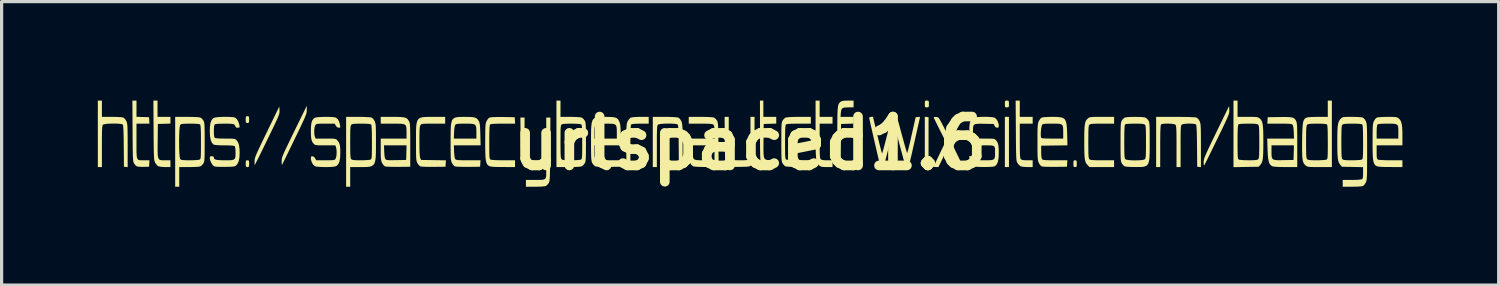
<source format=kicad_pcb>
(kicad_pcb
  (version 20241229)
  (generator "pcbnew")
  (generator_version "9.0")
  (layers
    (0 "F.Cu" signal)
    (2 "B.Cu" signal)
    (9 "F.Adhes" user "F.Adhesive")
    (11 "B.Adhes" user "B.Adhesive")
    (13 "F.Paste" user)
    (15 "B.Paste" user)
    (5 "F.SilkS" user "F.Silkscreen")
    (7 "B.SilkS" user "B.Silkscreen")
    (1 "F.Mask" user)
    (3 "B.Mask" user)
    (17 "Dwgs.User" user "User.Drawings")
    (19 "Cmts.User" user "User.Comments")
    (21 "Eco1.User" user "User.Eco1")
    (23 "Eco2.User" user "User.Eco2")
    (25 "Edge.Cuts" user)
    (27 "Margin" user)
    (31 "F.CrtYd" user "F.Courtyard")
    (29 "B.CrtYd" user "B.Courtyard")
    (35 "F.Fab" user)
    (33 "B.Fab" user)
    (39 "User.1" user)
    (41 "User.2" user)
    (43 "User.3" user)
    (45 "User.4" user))
  (footprint "urlspaced1.6"
    (layer "F.Cu")
    (at 20.324 1.418)
    (property "Reference" "urlspaced1.6" (at 0 0 0) (layer "F.SilkS") (effects (font (size 1.524 1.524) (thickness 0.3))))
    (attr board_only exclude_from_pos_files exclude_from_bom)
    (fp_poly (pts (xy 5.573 -0.814) (xy 5.573 0.73) (xy 5.456 0.743) (xy 5.456 -0.828)) (stroke (width 0) (type solid)) (fill yes) (layer "F.SilkS"))
    (fp_poly (pts (xy 8.079 0.74) (xy 7.952 0.74) (xy 7.952 -0.825) (xy 8.079 -0.825)) (stroke (width 0) (type solid)) (fill yes) (layer "F.SilkS"))
    (fp_poly (pts (xy -15.629 -0.843) (xy -15.614 -0.825) (xy -15.608 -0.783) (xy -15.608 -0.74) (xy -15.61 -0.677) (xy -15.618 -0.646) (xy -15.64 -0.635) (xy -15.661 -0.634) (xy -15.692 -0.638) (xy -15.708 -0.655) (xy -15.713 -0.698) (xy -15.714 -0.74) (xy -15.712 -0.803) (xy -15.703 -0.834) (xy -15.682 -0.845) (xy -15.661 -0.846)) (stroke (width 0) (type solid)) (fill yes) (layer "F.SilkS"))
    (fp_poly (pts (xy -15.629 0.532) (xy -15.614 0.55) (xy -15.608 0.592) (xy -15.608 0.634) (xy -15.61 0.697) (xy -15.618 0.729) (xy -15.64 0.739) (xy -15.661 0.74) (xy -15.692 0.737) (xy -15.708 0.719) (xy -15.713 0.677) (xy -15.714 0.634) (xy -15.712 0.572) (xy -15.703 0.54) (xy -15.682 0.53) (xy -15.661 0.529)) (stroke (width 0) (type solid)) (fill yes) (layer "F.SilkS"))
    (fp_poly (pts (xy 3.485 0.531) (xy 3.504 0.545) (xy 3.51 0.582) (xy 3.511 0.634) (xy 3.509 0.697) (xy 3.501 0.728) (xy 3.479 0.739) (xy 3.447 0.74) (xy 3.41 0.738) (xy 3.391 0.724) (xy 3.385 0.687) (xy 3.384 0.634) (xy 3.385 0.572) (xy 3.394 0.541) (xy 3.416 0.53) (xy 3.447 0.529)) (stroke (width 0) (type solid)) (fill yes) (layer "F.SilkS"))
    (fp_poly (pts (xy 5.557 -1.33) (xy 5.576 -1.316) (xy 5.583 -1.279) (xy 5.583 -1.227) (xy 5.582 -1.164) (xy 5.573 -1.133) (xy 5.551 -1.122) (xy 5.52 -1.121) (xy 5.482 -1.123) (xy 5.464 -1.137) (xy 5.457 -1.174) (xy 5.456 -1.227) (xy 5.458 -1.289) (xy 5.466 -1.32) (xy 5.489 -1.331) (xy 5.52 -1.332)) (stroke (width 0) (type solid)) (fill yes) (layer "F.SilkS"))
    (fp_poly (pts (xy 8.053 -1.33) (xy 8.072 -1.316) (xy 8.078 -1.279) (xy 8.079 -1.227) (xy 8.078 -1.164) (xy 8.069 -1.133) (xy 8.047 -1.122) (xy 8.015 -1.121) (xy 7.978 -1.123) (xy 7.959 -1.137) (xy 7.953 -1.174) (xy 7.952 -1.227) (xy 7.953 -1.289) (xy 7.962 -1.32) (xy 7.984 -1.331) (xy 8.015 -1.332)) (stroke (width 0) (type solid)) (fill yes) (layer "F.SilkS"))
    (fp_poly (pts (xy 10.172 0.532) (xy 10.188 0.55) (xy 10.193 0.592) (xy 10.194 0.634) (xy 10.192 0.697) (xy 10.183 0.729) (xy 10.162 0.739) (xy 10.141 0.74) (xy 10.11 0.737) (xy 10.094 0.719) (xy 10.089 0.677) (xy 10.088 0.634) (xy 10.09 0.572) (xy 10.099 0.54) (xy 10.12 0.53) (xy 10.141 0.529)) (stroke (width 0) (type solid)) (fill yes) (layer "F.SilkS"))
    (fp_poly (pts (xy -14.661 -1.029) (xy -14.659 -0.996) (xy -14.661 -0.964) (xy -14.667 -0.929) (xy -14.68 -0.886) (xy -14.701 -0.831) (xy -14.731 -0.76) (xy -14.774 -0.667) (xy -14.829 -0.549) (xy -14.901 -0.401) (xy -14.969 -0.259) (xy -15.048 -0.098) (xy -15.124 0.058) (xy -15.194 0.202) (xy -15.256 0.33) (xy -15.308 0.434) (xy -15.346 0.51) (xy -15.361 0.539) (xy -15.437 0.687) (xy -15.438 0.565) (xy -15.437 0.533) (xy -15.434 0.501) (xy -15.426 0.466) (xy -15.413 0.422) (xy -15.392 0.366) (xy -15.361 0.294) (xy -15.319 0.203) (xy -15.265 0.087) (xy -15.197 -0.056) (xy -15.112 -0.231) (xy -15.053 -0.353) (xy -14.667 -1.149)) (stroke (width 0) (type solid)) (fill yes) (layer "F.SilkS"))
    (fp_poly (pts (xy -3.151 -0.613) (xy -3.411 -0.613) (xy -3.545 -0.611) (xy -3.638 -0.604) (xy -3.688 -0.593) (xy -3.697 -0.588) (xy -3.705 -0.567) (xy -3.711 -0.521) (xy -3.716 -0.446) (xy -3.719 -0.339) (xy -3.721 -0.198) (xy -3.722 -0.018) (xy -3.722 0.089) (xy -3.722 0.74) (xy -3.849 0.74) (xy -3.849 0.07) (xy -3.849 -0.117) (xy -3.848 -0.267) (xy -3.847 -0.385) (xy -3.845 -0.475) (xy -3.841 -0.542) (xy -3.836 -0.592) (xy -3.829 -0.629) (xy -3.819 -0.659) (xy -3.808 -0.686) (xy -3.807 -0.688) (xy -3.769 -0.747) (xy -3.725 -0.792) (xy -3.71 -0.8) (xy -3.666 -0.811) (xy -3.589 -0.819) (xy -3.488 -0.824) (xy -3.404 -0.825) (xy -3.151 -0.825)) (stroke (width 0) (type solid)) (fill yes) (layer "F.SilkS"))
    (fp_poly (pts (xy 3.236 -1.121) (xy 3.069 -1.121) (xy 2.971 -1.118) (xy 2.907 -1.105) (xy 2.869 -1.076) (xy 2.849 -1.025) (xy 2.839 -0.944) (xy 2.838 -0.94) (xy 2.829 -0.825) (xy 3.236 -0.825) (xy 3.236 -0.615) (xy 3.04 -0.609) (xy 2.845 -0.603) (xy 2.839 0.069) (xy 2.833 0.74) (xy 2.728 0.74) (xy 2.728 -0.191) (xy 2.728 -0.427) (xy 2.729 -0.624) (xy 2.731 -0.786) (xy 2.733 -0.918) (xy 2.738 -1.022) (xy 2.744 -1.102) (xy 2.753 -1.163) (xy 2.764 -1.208) (xy 2.779 -1.241) (xy 2.797 -1.265) (xy 2.819 -1.285) (xy 2.836 -1.298) (xy 2.88 -1.318) (xy 2.949 -1.329) (xy 3.049 -1.332) (xy 3.061 -1.332) (xy 3.236 -1.332)) (stroke (width 0) (type solid)) (fill yes) (layer "F.SilkS"))
    (fp_poly (pts (xy -13.81 -1.042) (xy -13.811 -1.009) (xy -13.814 -0.976) (xy -13.821 -0.941) (xy -13.834 -0.897) (xy -13.855 -0.843) (xy -13.884 -0.773) (xy -13.925 -0.684) (xy -13.977 -0.571) (xy -14.044 -0.431) (xy -14.127 -0.26) (xy -14.193 -0.124) (xy -14.275 0.046) (xy -14.352 0.204) (xy -14.421 0.345) (xy -14.48 0.467) (xy -14.528 0.564) (xy -14.562 0.633) (xy -14.581 0.67) (xy -14.584 0.675) (xy -14.589 0.661) (xy -14.592 0.615) (xy -14.593 0.556) (xy -14.592 0.524) (xy -14.589 0.492) (xy -14.582 0.456) (xy -14.569 0.413) (xy -14.548 0.359) (xy -14.519 0.29) (xy -14.478 0.201) (xy -14.425 0.089) (xy -14.358 -0.049) (xy -14.276 -0.219) (xy -14.202 -0.371) (xy -13.81 -1.171)) (stroke (width 0) (type solid)) (fill yes) (layer "F.SilkS"))
    (fp_poly (pts (xy 14.948 -1.043) (xy 14.949 -1.012) (xy 14.948 -0.983) (xy 14.943 -0.95) (xy 14.932 -0.911) (xy 14.914 -0.861) (xy 14.887 -0.797) (xy 14.85 -0.713) (xy 14.801 -0.607) (xy 14.738 -0.475) (xy 14.659 -0.312) (xy 14.57 -0.128) (xy 14.487 0.043) (xy 14.409 0.202) (xy 14.339 0.345) (xy 14.278 0.469) (xy 14.228 0.568) (xy 14.192 0.64) (xy 14.171 0.68) (xy 14.167 0.686) (xy 14.157 0.679) (xy 14.15 0.638) (xy 14.149 0.589) (xy 14.15 0.558) (xy 14.154 0.526) (xy 14.163 0.489) (xy 14.178 0.442) (xy 14.202 0.382) (xy 14.235 0.306) (xy 14.279 0.209) (xy 14.336 0.087) (xy 14.408 -0.063) (xy 14.496 -0.245) (xy 14.545 -0.346) (xy 14.942 -1.163)) (stroke (width 0) (type solid)) (fill yes) (layer "F.SilkS"))
    (fp_poly (pts (xy -19.119 -0.826) (xy -18.923 -0.82) (xy -18.727 -0.814) (xy -18.715 -0.613) (xy -19.119 -0.613) (xy -19.119 -0.064) (xy -19.119 0.11) (xy -19.119 0.246) (xy -19.115 0.349) (xy -19.108 0.424) (xy -19.094 0.475) (xy -19.072 0.506) (xy -19.04 0.522) (xy -18.995 0.529) (xy -18.937 0.529) (xy -18.876 0.529) (xy -18.715 0.529) (xy -18.727 0.73) (xy -18.897 0.734) (xy -18.983 0.733) (xy -19.057 0.728) (xy -19.105 0.719) (xy -19.11 0.716) (xy -19.151 0.684) (xy -19.191 0.633) (xy -19.194 0.628) (xy -19.204 0.61) (xy -19.212 0.588) (xy -19.219 0.558) (xy -19.224 0.517) (xy -19.228 0.46) (xy -19.232 0.384) (xy -19.234 0.285) (xy -19.237 0.158) (xy -19.238 0.000335) (xy -19.24 -0.193) (xy -19.241 -0.386) (xy -19.247 -1.332) (xy -19.119 -1.332)) (stroke (width 0) (type solid)) (fill yes) (layer "F.SilkS"))
    (fp_poly (pts (xy -18.463 -0.825) (xy -18.061 -0.825) (xy -18.061 -0.615) (xy -18.257 -0.609) (xy -18.453 -0.603) (xy -18.458 -0.087) (xy -18.46 0.091) (xy -18.46 0.23) (xy -18.458 0.336) (xy -18.45 0.414) (xy -18.435 0.467) (xy -18.413 0.501) (xy -18.38 0.519) (xy -18.335 0.527) (xy -18.278 0.529) (xy -18.23 0.529) (xy -18.061 0.529) (xy -18.061 0.74) (xy -18.225 0.74) (xy -18.312 0.736) (xy -18.388 0.727) (xy -18.438 0.715) (xy -18.442 0.713) (xy -18.485 0.678) (xy -18.526 0.622) (xy -18.537 0.603) (xy -18.547 0.58) (xy -18.556 0.555) (xy -18.563 0.524) (xy -18.568 0.481) (xy -18.573 0.424) (xy -18.576 0.348) (xy -18.579 0.249) (xy -18.581 0.123) (xy -18.583 -0.034) (xy -18.585 -0.226) (xy -18.586 -0.407) (xy -18.592 -1.332) (xy -18.463 -1.332)) (stroke (width 0) (type solid)) (fill yes) (layer "F.SilkS"))
    (fp_poly (pts (xy 0.423 -0.825) (xy 0.825 -0.825) (xy 0.825 -0.615) (xy 0.629 -0.609) (xy 0.434 -0.603) (xy 0.428 -0.095) (xy 0.427 0.081) (xy 0.426 0.22) (xy 0.429 0.326) (xy 0.437 0.404) (xy 0.451 0.457) (xy 0.473 0.491) (xy 0.505 0.51) (xy 0.549 0.519) (xy 0.605 0.523) (xy 0.651 0.524) (xy 0.825 0.53) (xy 0.825 0.74) (xy 0.661 0.74) (xy 0.574 0.736) (xy 0.498 0.727) (xy 0.448 0.715) (xy 0.444 0.713) (xy 0.399 0.676) (xy 0.359 0.621) (xy 0.355 0.613) (xy 0.347 0.592) (xy 0.339 0.564) (xy 0.334 0.526) (xy 0.329 0.475) (xy 0.325 0.405) (xy 0.323 0.313) (xy 0.321 0.195) (xy 0.319 0.047) (xy 0.319 -0.134) (xy 0.318 -0.353) (xy 0.318 -0.397) (xy 0.317 -1.332) (xy 0.423 -1.332)) (stroke (width 0) (type solid)) (fill yes) (layer "F.SilkS"))
    (fp_poly (pts (xy 2.178 -0.825) (xy 2.58 -0.825) (xy 2.58 -0.613) (xy 2.178 -0.613) (xy 2.178 -0.076) (xy 2.179 0.093) (xy 2.18 0.224) (xy 2.182 0.322) (xy 2.186 0.393) (xy 2.191 0.442) (xy 2.198 0.473) (xy 2.208 0.491) (xy 2.212 0.495) (xy 2.244 0.514) (xy 2.3 0.525) (xy 2.389 0.529) (xy 2.413 0.529) (xy 2.58 0.529) (xy 2.58 0.74) (xy 2.402 0.74) (xy 2.311 0.739) (xy 2.251 0.733) (xy 2.209 0.72) (xy 2.174 0.698) (xy 2.161 0.688) (xy 2.136 0.664) (xy 2.115 0.638) (xy 2.098 0.605) (xy 2.084 0.561) (xy 2.073 0.502) (xy 2.065 0.425) (xy 2.059 0.326) (xy 2.055 0.201) (xy 2.053 0.047) (xy 2.052 -0.141) (xy 2.051 -0.367) (xy 2.051 -0.443) (xy 2.051 -1.332) (xy 2.178 -1.332)) (stroke (width 0) (type solid)) (fill yes) (layer "F.SilkS"))
    (fp_poly (pts (xy 8.417 -0.825) (xy 8.819 -0.825) (xy 8.819 -0.613) (xy 8.417 -0.613) (xy 8.417 -0.076) (xy 8.418 0.093) (xy 8.419 0.224) (xy 8.421 0.322) (xy 8.425 0.393) (xy 8.43 0.442) (xy 8.437 0.473) (xy 8.447 0.491) (xy 8.451 0.495) (xy 8.483 0.514) (xy 8.539 0.525) (xy 8.628 0.529) (xy 8.651 0.529) (xy 8.819 0.529) (xy 8.819 0.74) (xy 8.655 0.74) (xy 8.569 0.736) (xy 8.493 0.728) (xy 8.443 0.715) (xy 8.44 0.713) (xy 8.395 0.678) (xy 8.351 0.624) (xy 8.344 0.613) (xy 8.334 0.594) (xy 8.325 0.573) (xy 8.318 0.545) (xy 8.313 0.506) (xy 8.308 0.454) (xy 8.305 0.383) (xy 8.302 0.29) (xy 8.3 0.171) (xy 8.298 0.021) (xy 8.296 -0.162) (xy 8.295 -0.384) (xy 8.295 -0.397) (xy 8.288 -1.332) (xy 8.417 -1.332)) (stroke (width 0) (type solid)) (fill yes) (layer "F.SilkS"))
    (fp_poly (pts (xy -2.531 -0.824) (xy -2.418 -0.82) (xy -2.324 -0.815) (xy -2.258 -0.809) (xy -2.232 -0.804) (xy -2.181 -0.765) (xy -2.136 -0.694) (xy -2.136 -0.693) (xy -2.124 -0.665) (xy -2.115 -0.634) (xy -2.108 -0.594) (xy -2.103 -0.542) (xy -2.099 -0.471) (xy -2.097 -0.378) (xy -2.095 -0.256) (xy -2.094 -0.101) (xy -2.094 0.07) (xy -2.094 0.743) (xy -2.21 0.73) (xy -2.216 0.086) (xy -2.218 -0.129) (xy -2.222 -0.303) (xy -2.227 -0.435) (xy -2.233 -0.526) (xy -2.241 -0.576) (xy -2.245 -0.585) (xy -2.277 -0.599) (xy -2.342 -0.608) (xy -2.429 -0.614) (xy -2.528 -0.616) (xy -2.63 -0.614) (xy -2.725 -0.609) (xy -2.802 -0.6) (xy -2.853 -0.587) (xy -2.864 -0.58) (xy -2.874 -0.566) (xy -2.881 -0.542) (xy -2.887 -0.502) (xy -2.891 -0.444) (xy -2.894 -0.362) (xy -2.896 -0.252) (xy -2.897 -0.109) (xy -2.897 0.071) (xy -2.897 0.097) (xy -2.897 0.74) (xy -3.024 0.74) (xy -3.024 -0.825) (xy -2.656 -0.825)) (stroke (width 0) (type solid)) (fill yes) (layer "F.SilkS"))
    (fp_poly (pts (xy -20.197 -0.825) (xy -19.892 -0.825) (xy -19.778 -0.823) (xy -19.675 -0.819) (xy -19.593 -0.814) (xy -19.541 -0.806) (xy -19.532 -0.804) (xy -19.481 -0.765) (xy -19.436 -0.694) (xy -19.435 -0.693) (xy -19.424 -0.665) (xy -19.415 -0.634) (xy -19.408 -0.594) (xy -19.403 -0.542) (xy -19.399 -0.471) (xy -19.397 -0.378) (xy -19.395 -0.256) (xy -19.394 -0.101) (xy -19.394 0.07) (xy -19.394 0.743) (xy -19.452 0.736) (xy -19.51 0.73) (xy -19.516 0.086) (xy -19.518 -0.129) (xy -19.522 -0.303) (xy -19.527 -0.435) (xy -19.533 -0.526) (xy -19.541 -0.576) (xy -19.545 -0.585) (xy -19.577 -0.599) (xy -19.642 -0.608) (xy -19.729 -0.614) (xy -19.828 -0.616) (xy -19.93 -0.614) (xy -20.025 -0.609) (xy -20.102 -0.6) (xy -20.153 -0.587) (xy -20.164 -0.58) (xy -20.174 -0.566) (xy -20.181 -0.542) (xy -20.187 -0.502) (xy -20.191 -0.444) (xy -20.194 -0.362) (xy -20.196 -0.252) (xy -20.197 -0.109) (xy -20.197 0.071) (xy -20.197 0.097) (xy -20.197 0.74) (xy -20.324 0.74) (xy -20.324 -1.332) (xy -20.197 -1.332)) (stroke (width 0) (type solid)) (fill yes) (layer "F.SilkS"))
    (fp_poly (pts (xy -9.496 -0.613) (xy -9.865 -0.613) (xy -9.998 -0.613) (xy -10.095 -0.612) (xy -10.163 -0.609) (xy -10.208 -0.604) (xy -10.236 -0.595) (xy -10.253 -0.583) (xy -10.267 -0.566) (xy -10.278 -0.544) (xy -10.286 -0.51) (xy -10.292 -0.458) (xy -10.296 -0.384) (xy -10.298 -0.281) (xy -10.299 -0.144) (xy -10.299 -0.053) (xy -10.298 0.121) (xy -10.295 0.256) (xy -10.29 0.356) (xy -10.283 0.424) (xy -10.274 0.462) (xy -10.272 0.465) (xy -10.246 0.518) (xy -9.859 0.524) (xy -9.472 0.53) (xy -9.479 0.63) (xy -9.485 0.73) (xy -9.855 0.734) (xy -9.979 0.734) (xy -10.091 0.732) (xy -10.183 0.729) (xy -10.247 0.724) (xy -10.272 0.719) (xy -10.31 0.689) (xy -10.35 0.636) (xy -10.362 0.615) (xy -10.375 0.588) (xy -10.385 0.558) (xy -10.393 0.52) (xy -10.398 0.469) (xy -10.402 0.4) (xy -10.404 0.306) (xy -10.405 0.184) (xy -10.405 0.026) (xy -10.405 -0.047) (xy -10.405 -0.248) (xy -10.404 -0.412) (xy -10.398 -0.541) (xy -10.384 -0.64) (xy -10.36 -0.713) (xy -10.324 -0.764) (xy -10.271 -0.796) (xy -10.2 -0.814) (xy -10.108 -0.822) (xy -9.991 -0.825) (xy -9.861 -0.825) (xy -9.496 -0.825)) (stroke (width 0) (type solid)) (fill yes) (layer "F.SilkS"))
    (fp_poly (pts (xy -7.69 -0.82) (xy -7.328 -0.814) (xy -7.315 -0.613) (xy -7.693 -0.613) (xy -7.847 -0.612) (xy -7.962 -0.609) (xy -8.04 -0.603) (xy -8.085 -0.594) (xy -8.096 -0.588) (xy -8.105 -0.565) (xy -8.111 -0.515) (xy -8.116 -0.434) (xy -8.119 -0.318) (xy -8.121 -0.166) (xy -8.121 -0.039) (xy -8.121 0.124) (xy -8.12 0.249) (xy -8.119 0.342) (xy -8.116 0.408) (xy -8.111 0.453) (xy -8.104 0.48) (xy -8.095 0.496) (xy -8.082 0.506) (xy -8.08 0.507) (xy -8.045 0.515) (xy -7.974 0.521) (xy -7.874 0.526) (xy -7.753 0.528) (xy -7.678 0.529) (xy -7.318 0.529) (xy -7.318 0.74) (xy -7.693 0.739) (xy -7.842 0.738) (xy -7.954 0.735) (xy -8.034 0.729) (xy -8.089 0.721) (xy -8.123 0.709) (xy -8.124 0.708) (xy -8.159 0.686) (xy -8.186 0.656) (xy -8.207 0.615) (xy -8.223 0.558) (xy -8.235 0.481) (xy -8.242 0.377) (xy -8.246 0.244) (xy -8.248 0.076) (xy -8.248 -0.048) (xy -8.247 -0.218) (xy -8.246 -0.352) (xy -8.244 -0.454) (xy -8.241 -0.531) (xy -8.235 -0.588) (xy -8.228 -0.631) (xy -8.218 -0.665) (xy -8.206 -0.693) (xy -8.16 -0.766) (xy -8.109 -0.804) (xy -8.067 -0.812) (xy -7.991 -0.817) (xy -7.886 -0.82) (xy -7.761 -0.821)) (stroke (width 0) (type solid)) (fill yes) (layer "F.SilkS"))
    (fp_poly (pts (xy 11.357 -0.613) (xy 10.988 -0.613) (xy 10.851 -0.613) (xy 10.749 -0.611) (xy 10.678 -0.607) (xy 10.631 -0.6) (xy 10.601 -0.591) (xy 10.587 -0.58) (xy 10.576 -0.564) (xy 10.568 -0.537) (xy 10.562 -0.493) (xy 10.558 -0.429) (xy 10.555 -0.337) (xy 10.554 -0.214) (xy 10.553 -0.054) (xy 10.553 -0.042) (xy 10.554 0.12) (xy 10.555 0.246) (xy 10.557 0.339) (xy 10.561 0.406) (xy 10.567 0.45) (xy 10.575 0.478) (xy 10.586 0.495) (xy 10.587 0.495) (xy 10.605 0.508) (xy 10.637 0.517) (xy 10.688 0.523) (xy 10.764 0.527) (xy 10.871 0.528) (xy 10.988 0.529) (xy 11.357 0.529) (xy 11.357 0.74) (xy 10.592 0.74) (xy 10.533 0.68) (xy 10.502 0.645) (xy 10.477 0.605) (xy 10.459 0.555) (xy 10.445 0.49) (xy 10.436 0.404) (xy 10.43 0.293) (xy 10.428 0.15) (xy 10.427 -0.03) (xy 10.427 -0.05) (xy 10.427 -0.234) (xy 10.43 -0.381) (xy 10.435 -0.495) (xy 10.444 -0.583) (xy 10.458 -0.649) (xy 10.476 -0.698) (xy 10.5 -0.736) (xy 10.532 -0.768) (xy 10.538 -0.773) (xy 10.561 -0.792) (xy 10.585 -0.805) (xy 10.617 -0.814) (xy 10.663 -0.82) (xy 10.729 -0.823) (xy 10.824 -0.825) (xy 10.953 -0.825) (xy 10.978 -0.825) (xy 11.357 -0.825)) (stroke (width 0) (type solid)) (fill yes) (layer "F.SilkS"))
    (fp_poly (pts (xy 16.782 -0.819) (xy 16.866 -0.812) (xy 16.926 -0.8) (xy 16.968 -0.78) (xy 16.998 -0.751) (xy 17.023 -0.712) (xy 17.03 -0.698) (xy 17.041 -0.673) (xy 17.049 -0.643) (xy 17.055 -0.601) (xy 17.06 -0.544) (xy 17.063 -0.467) (xy 17.065 -0.365) (xy 17.067 -0.232) (xy 17.067 -0.065) (xy 17.067 0.058) (xy 17.067 0.74) (xy 16.702 0.74) (xy 16.538 0.738) (xy 16.415 0.733) (xy 16.331 0.725) (xy 16.285 0.714) (xy 16.285 0.713) (xy 16.239 0.682) (xy 16.204 0.637) (xy 16.179 0.571) (xy 16.16 0.479) (xy 16.148 0.357) (xy 16.143 0.249) (xy 16.264 0.249) (xy 16.264 0.35) (xy 16.27 0.423) (xy 16.288 0.473) (xy 16.322 0.504) (xy 16.379 0.52) (xy 16.464 0.526) (xy 16.584 0.525) (xy 16.641 0.524) (xy 16.951 0.518) (xy 16.957 0.291) (xy 16.963 0.063) (xy 16.264 0.063) (xy 16.264 0.249) (xy 16.143 0.249) (xy 16.141 0.198) (xy 16.141 0.186) (xy 16.131 -0.148) (xy 16.966 -0.148) (xy 16.958 -0.346) (xy 16.951 -0.459) (xy 16.938 -0.538) (xy 16.922 -0.578) (xy 16.906 -0.591) (xy 16.88 -0.6) (xy 16.836 -0.607) (xy 16.77 -0.611) (xy 16.674 -0.613) (xy 16.543 -0.613) (xy 16.514 -0.613) (xy 16.134 -0.613) (xy 16.147 -0.814) (xy 16.517 -0.819) (xy 16.668 -0.821)) (stroke (width 0) (type solid)) (fill yes) (layer "F.SilkS"))
    (fp_poly (pts (xy -1.394 -0.823) (xy -1.276 -0.82) (xy -1.185 -0.814) (xy -1.128 -0.806) (xy -1.115 -0.802) (xy -1.069 -0.768) (xy -1.027 -0.717) (xy -1.024 -0.712) (xy -1.013 -0.691) (xy -1.004 -0.665) (xy -0.997 -0.63) (xy -0.991 -0.582) (xy -0.987 -0.514) (xy -0.984 -0.424) (xy -0.981 -0.305) (xy -0.979 -0.154) (xy -0.977 0.034) (xy -0.977 0.048) (xy -0.971 0.74) (xy -1.347 0.739) (xy -1.472 0.737) (xy -1.584 0.734) (xy -1.677 0.728) (xy -1.741 0.722) (xy -1.768 0.716) (xy -1.808 0.684) (xy -1.849 0.633) (xy -1.852 0.628) (xy -1.868 0.597) (xy -1.879 0.559) (xy -1.887 0.506) (xy -1.893 0.431) (xy -1.897 0.328) (xy -1.899 0.263) (xy -1.777 0.263) (xy -1.776 0.358) (xy -1.771 0.428) (xy -1.755 0.475) (xy -1.723 0.505) (xy -1.668 0.521) (xy -1.586 0.527) (xy -1.47 0.529) (xy -1.405 0.529) (xy -1.1 0.529) (xy -1.1 0.063) (xy -1.777 0.063) (xy -1.777 0.263) (xy -1.899 0.263) (xy -1.9 0.206) (xy -1.907 -0.148) (xy -1.1 -0.148) (xy -1.1 -0.347) (xy -1.102 -0.45) (xy -1.108 -0.518) (xy -1.12 -0.561) (xy -1.133 -0.58) (xy -1.152 -0.592) (xy -1.184 -0.601) (xy -1.234 -0.607) (xy -1.31 -0.611) (xy -1.418 -0.613) (xy -1.535 -0.613) (xy -1.903 -0.613) (xy -1.903 -0.825) (xy -1.534 -0.825)) (stroke (width 0) (type solid)) (fill yes) (layer "F.SilkS"))
    (fp_poly (pts (xy 1.903 -0.613) (xy 1.527 -0.613) (xy 1.373 -0.612) (xy 1.258 -0.609) (xy 1.18 -0.603) (xy 1.136 -0.594) (xy 1.125 -0.588) (xy 1.116 -0.565) (xy 1.11 -0.515) (xy 1.105 -0.434) (xy 1.102 -0.318) (xy 1.1 -0.166) (xy 1.1 -0.039) (xy 1.1 0.124) (xy 1.101 0.249) (xy 1.102 0.342) (xy 1.105 0.408) (xy 1.11 0.453) (xy 1.117 0.48) (xy 1.126 0.496) (xy 1.139 0.506) (xy 1.141 0.507) (xy 1.176 0.515) (xy 1.247 0.521) (xy 1.347 0.526) (xy 1.468 0.528) (xy 1.542 0.529) (xy 1.903 0.529) (xy 1.903 0.74) (xy 1.528 0.739) (xy 1.403 0.737) (xy 1.291 0.734) (xy 1.199 0.728) (xy 1.135 0.722) (xy 1.109 0.716) (xy 1.068 0.684) (xy 1.028 0.633) (xy 1.024 0.628) (xy 1.012 0.605) (xy 1.003 0.579) (xy 0.996 0.543) (xy 0.991 0.493) (xy 0.987 0.423) (xy 0.985 0.329) (xy 0.984 0.205) (xy 0.983 0.046) (xy 0.983 -0.042) (xy 0.984 -0.219) (xy 0.984 -0.359) (xy 0.986 -0.467) (xy 0.989 -0.547) (xy 0.993 -0.606) (xy 0.999 -0.648) (xy 1.007 -0.678) (xy 1.018 -0.702) (xy 1.024 -0.712) (xy 1.065 -0.764) (xy 1.111 -0.8) (xy 1.115 -0.802) (xy 1.155 -0.81) (xy 1.232 -0.817) (xy 1.339 -0.822) (xy 1.47 -0.825) (xy 1.534 -0.825) (xy 1.903 -0.825)) (stroke (width 0) (type solid)) (fill yes) (layer "F.SilkS"))
    (fp_poly (pts (xy -11.14 -0.825) (xy -10.992 -0.824) (xy -10.88 -0.82) (xy -10.797 -0.812) (xy -10.737 -0.799) (xy -10.695 -0.778) (xy -10.663 -0.749) (xy -10.635 -0.708) (xy -10.629 -0.698) (xy -10.617 -0.676) (xy -10.607 -0.651) (xy -10.6 -0.619) (xy -10.594 -0.575) (xy -10.59 -0.514) (xy -10.588 -0.432) (xy -10.586 -0.323) (xy -10.585 -0.183) (xy -10.585 -0.007) (xy -10.585 0.053) (xy -10.585 0.73) (xy -10.955 0.734) (xy -11.079 0.734) (xy -11.191 0.732) (xy -11.283 0.729) (xy -11.347 0.724) (xy -11.372 0.719) (xy -11.41 0.689) (xy -11.45 0.636) (xy -11.462 0.615) (xy -11.478 0.578) (xy -11.49 0.538) (xy -11.498 0.487) (xy -11.502 0.416) (xy -11.505 0.318) (xy -11.505 0.191) (xy -11.505 0.063) (xy -11.403 0.063) (xy -11.396 0.261) (xy -11.388 0.377) (xy -11.375 0.457) (xy -11.359 0.494) (xy -11.343 0.508) (xy -11.316 0.518) (xy -11.271 0.523) (xy -11.202 0.526) (xy -11.102 0.525) (xy -11.021 0.524) (xy -10.712 0.518) (xy -10.706 0.291) (xy -10.7 0.063) (xy -11.403 0.063) (xy -11.505 0.063) (xy -11.505 -0.148) (xy -10.701 -0.148) (xy -10.701 -0.334) (xy -10.702 -0.428) (xy -10.706 -0.498) (xy -10.72 -0.547) (xy -10.749 -0.58) (xy -10.799 -0.6) (xy -10.874 -0.61) (xy -10.98 -0.613) (xy -11.123 -0.613) (xy -11.136 -0.613) (xy -11.505 -0.613) (xy -11.505 -0.825)) (stroke (width 0) (type solid)) (fill yes) (layer "F.SilkS"))
    (fp_poly (pts (xy -0.656 -0.17) (xy -0.656 0.014) (xy -0.655 0.16) (xy -0.654 0.273) (xy -0.652 0.357) (xy -0.648 0.417) (xy -0.643 0.457) (xy -0.637 0.482) (xy -0.628 0.497) (xy -0.617 0.505) (xy -0.615 0.507) (xy -0.578 0.515) (xy -0.51 0.522) (xy -0.418 0.527) (xy -0.313 0.529) (xy -0.31 0.529) (xy -0.193 0.528) (xy -0.112 0.524) (xy -0.058 0.517) (xy -0.026 0.506) (xy -0.012 0.495) (xy -0.003 0.481) (xy 0.005 0.457) (xy 0.011 0.418) (xy 0.015 0.36) (xy 0.018 0.278) (xy 0.02 0.168) (xy 0.021 0.025) (xy 0.021 -0.155) (xy 0.021 -0.181) (xy 0.021 -0.825) (xy 0.148 -0.825) (xy 0.148 -0.177) (xy 0.148 0.026) (xy 0.146 0.191) (xy 0.143 0.323) (xy 0.137 0.426) (xy 0.129 0.505) (xy 0.117 0.565) (xy 0.101 0.61) (xy 0.081 0.645) (xy 0.056 0.674) (xy 0.048 0.681) (xy 0.025 0.701) (xy -0.002 0.714) (xy -0.04 0.723) (xy -0.097 0.729) (xy -0.181 0.732) (xy -0.299 0.734) (xy -0.303 0.734) (xy -0.426 0.735) (xy -0.529 0.732) (xy -0.605 0.726) (xy -0.646 0.717) (xy -0.647 0.717) (xy -0.687 0.684) (xy -0.728 0.633) (xy -0.731 0.628) (xy -0.743 0.606) (xy -0.752 0.581) (xy -0.759 0.546) (xy -0.764 0.498) (xy -0.768 0.43) (xy -0.772 0.34) (xy -0.774 0.222) (xy -0.776 0.071) (xy -0.778 -0.117) (xy -0.778 -0.132) (xy -0.785 -0.825) (xy -0.656 -0.825)) (stroke (width 0) (type solid)) (fill yes) (layer "F.SilkS"))
    (fp_poly (pts (xy 13.439 -0.824) (xy 13.591 -0.822) (xy 13.721 -0.819) (xy 13.824 -0.814) (xy 13.895 -0.809) (xy 13.926 -0.804) (xy 13.977 -0.765) (xy 14.022 -0.694) (xy 14.022 -0.693) (xy 14.034 -0.665) (xy 14.043 -0.634) (xy 14.05 -0.594) (xy 14.055 -0.542) (xy 14.059 -0.471) (xy 14.061 -0.378) (xy 14.063 -0.256) (xy 14.063 -0.101) (xy 14.064 0.07) (xy 14.064 0.743) (xy 13.948 0.73) (xy 13.942 0.086) (xy 13.94 -0.129) (xy 13.936 -0.303) (xy 13.931 -0.435) (xy 13.924 -0.526) (xy 13.917 -0.576) (xy 13.913 -0.585) (xy 13.879 -0.601) (xy 13.814 -0.611) (xy 13.732 -0.615) (xy 13.643 -0.614) (xy 13.561 -0.607) (xy 13.496 -0.596) (xy 13.463 -0.58) (xy 13.453 -0.566) (xy 13.446 -0.542) (xy 13.44 -0.502) (xy 13.436 -0.444) (xy 13.433 -0.362) (xy 13.431 -0.252) (xy 13.43 -0.109) (xy 13.43 0.071) (xy 13.43 0.097) (xy 13.43 0.74) (xy 13.303 0.74) (xy 13.303 0.097) (xy 13.303 -0.088) (xy 13.302 -0.236) (xy 13.3 -0.35) (xy 13.297 -0.435) (xy 13.293 -0.496) (xy 13.287 -0.537) (xy 13.28 -0.563) (xy 13.271 -0.579) (xy 13.27 -0.58) (xy 13.232 -0.596) (xy 13.166 -0.607) (xy 13.082 -0.614) (xy 12.993 -0.615) (xy 12.911 -0.611) (xy 12.849 -0.601) (xy 12.821 -0.588) (xy 12.813 -0.567) (xy 12.807 -0.521) (xy 12.802 -0.446) (xy 12.798 -0.339) (xy 12.796 -0.198) (xy 12.795 -0.018) (xy 12.795 0.089) (xy 12.795 0.74) (xy 12.668 0.74) (xy 12.668 -0.825) (xy 13.27 -0.825)) (stroke (width 0) (type solid)) (fill yes) (layer "F.SilkS"))
    (fp_poly (pts (xy -4.361 -0.823) (xy -4.263 -0.816) (xy -4.193 -0.803) (xy -4.143 -0.781) (xy -4.107 -0.747) (xy -4.078 -0.699) (xy -4.072 -0.687) (xy -4.055 -0.647) (xy -4.043 -0.598) (xy -4.034 -0.534) (xy -4.028 -0.446) (xy -4.024 -0.327) (xy -4.022 -0.27) (xy -4.013 0.063) (xy -4.843 0.063) (xy -4.843 0.249) (xy -4.843 0.342) (xy -4.839 0.411) (xy -4.825 0.461) (xy -4.797 0.494) (xy -4.749 0.515) (xy -4.675 0.525) (xy -4.572 0.528) (xy -4.432 0.529) (xy -4.397 0.529) (xy -4.016 0.529) (xy -4.029 0.73) (xy -4.399 0.735) (xy -4.554 0.736) (xy -4.67 0.734) (xy -4.753 0.728) (xy -4.805 0.72) (xy -4.822 0.713) (xy -4.867 0.677) (xy -4.907 0.622) (xy -4.912 0.613) (xy -4.923 0.587) (xy -4.932 0.554) (xy -4.938 0.509) (xy -4.943 0.447) (xy -4.946 0.363) (xy -4.948 0.251) (xy -4.949 0.107) (xy -4.949 -0.042) (xy -4.949 -0.148) (xy -4.843 -0.148) (xy -4.145 -0.148) (xy -4.145 -0.334) (xy -4.146 -0.437) (xy -4.153 -0.511) (xy -4.172 -0.561) (xy -4.209 -0.591) (xy -4.27 -0.607) (xy -4.361 -0.612) (xy -4.488 -0.613) (xy -4.494 -0.613) (xy -4.623 -0.613) (xy -4.715 -0.607) (xy -4.777 -0.592) (xy -4.815 -0.562) (xy -4.835 -0.513) (xy -4.842 -0.44) (xy -4.843 -0.338) (xy -4.843 -0.148) (xy -4.949 -0.148) (xy -4.949 -0.245) (xy -4.947 -0.409) (xy -4.94 -0.538) (xy -4.927 -0.638) (xy -4.905 -0.711) (xy -4.872 -0.762) (xy -4.825 -0.795) (xy -4.763 -0.813) (xy -4.682 -0.822) (xy -4.58 -0.824) (xy -4.494 -0.824)) (stroke (width 0) (type solid)) (fill yes) (layer "F.SilkS"))
    (fp_poly (pts (xy -8.74 -0.823) (xy -8.642 -0.817) (xy -8.573 -0.804) (xy -8.523 -0.782) (xy -8.486 -0.75) (xy -8.454 -0.704) (xy -8.452 -0.7) (xy -8.435 -0.667) (xy -8.423 -0.627) (xy -8.415 -0.572) (xy -8.408 -0.495) (xy -8.403 -0.39) (xy -8.4 -0.282) (xy -8.391 0.063) (xy -9.225 0.063) (xy -9.218 0.261) (xy -9.21 0.375) (xy -9.198 0.454) (xy -9.181 0.494) (xy -9.166 0.506) (xy -9.139 0.516) (xy -9.096 0.522) (xy -9.029 0.526) (xy -8.933 0.528) (xy -8.803 0.529) (xy -8.773 0.529) (xy -8.394 0.529) (xy -8.407 0.73) (xy -8.777 0.734) (xy -8.901 0.734) (xy -9.013 0.732) (xy -9.104 0.729) (xy -9.168 0.724) (xy -9.194 0.719) (xy -9.232 0.689) (xy -9.272 0.636) (xy -9.283 0.615) (xy -9.296 0.588) (xy -9.306 0.558) (xy -9.314 0.52) (xy -9.319 0.469) (xy -9.323 0.4) (xy -9.325 0.306) (xy -9.326 0.184) (xy -9.327 0.026) (xy -9.327 -0.047) (xy -9.327 -0.148) (xy -9.225 -0.148) (xy -8.523 -0.148) (xy -8.523 -0.334) (xy -8.524 -0.437) (xy -8.531 -0.511) (xy -8.55 -0.561) (xy -8.587 -0.591) (xy -8.649 -0.607) (xy -8.74 -0.612) (xy -8.867 -0.613) (xy -8.871 -0.613) (xy -8.989 -0.613) (xy -9.071 -0.61) (xy -9.126 -0.604) (xy -9.16 -0.595) (xy -9.179 -0.581) (xy -9.181 -0.578) (xy -9.198 -0.535) (xy -9.211 -0.454) (xy -9.218 -0.346) (xy -9.225 -0.148) (xy -9.327 -0.148) (xy -9.326 -0.248) (xy -9.324 -0.412) (xy -9.318 -0.541) (xy -9.305 -0.64) (xy -9.283 -0.713) (xy -9.249 -0.763) (xy -9.202 -0.795) (xy -9.138 -0.814) (xy -9.057 -0.822) (xy -8.954 -0.824) (xy -8.872 -0.824)) (stroke (width 0) (type solid)) (fill yes) (layer "F.SilkS"))
    (fp_poly (pts (xy 6.616 -0.822) (xy 6.64 -0.815) (xy 6.641 -0.814) (xy 6.632 -0.793) (xy 6.607 -0.739) (xy 6.568 -0.661) (xy 6.52 -0.562) (xy 6.464 -0.45) (xy 6.461 -0.444) (xy 6.405 -0.33) (xy 6.356 -0.228) (xy 6.317 -0.144) (xy 6.291 -0.085) (xy 6.281 -0.058) (xy 6.281 -0.057) (xy 6.29 -0.03) (xy 6.315 0.028) (xy 6.353 0.111) (xy 6.402 0.214) (xy 6.457 0.328) (xy 6.461 0.336) (xy 6.517 0.45) (xy 6.566 0.552) (xy 6.605 0.635) (xy 6.631 0.693) (xy 6.641 0.72) (xy 6.641 0.721) (xy 6.622 0.734) (xy 6.577 0.74) (xy 6.567 0.74) (xy 6.494 0.74) (xy 6.347 0.434) (xy 6.297 0.33) (xy 6.252 0.242) (xy 6.218 0.174) (xy 6.195 0.135) (xy 6.189 0.127) (xy 6.177 0.145) (xy 6.15 0.195) (xy 6.111 0.27) (xy 6.064 0.364) (xy 6.03 0.434) (xy 5.882 0.74) (xy 5.807 0.74) (xy 5.757 0.738) (xy 5.732 0.731) (xy 5.731 0.729) (xy 5.74 0.708) (xy 5.765 0.654) (xy 5.802 0.574) (xy 5.85 0.474) (xy 5.905 0.359) (xy 5.918 0.331) (xy 6.105 -0.056) (xy 5.92 -0.425) (xy 5.862 -0.539) (xy 5.812 -0.641) (xy 5.771 -0.724) (xy 5.744 -0.782) (xy 5.733 -0.809) (xy 5.733 -0.81) (xy 5.75 -0.82) (xy 5.796 -0.822) (xy 5.811 -0.821) (xy 5.841 -0.817) (xy 5.866 -0.809) (xy 5.889 -0.79) (xy 5.914 -0.756) (xy 5.947 -0.699) (xy 5.991 -0.616) (xy 6.041 -0.519) (xy 6.192 -0.224) (xy 6.342 -0.524) (xy 6.399 -0.637) (xy 6.441 -0.717) (xy 6.472 -0.77) (xy 6.496 -0.802) (xy 6.518 -0.818) (xy 6.541 -0.824) (xy 6.567 -0.825)) (stroke (width 0) (type solid)) (fill yes) (layer "F.SilkS"))
    (fp_poly (pts (xy 15.206 -0.825) (xy 15.522 -0.825) (xy 15.644 -0.825) (xy 15.732 -0.823) (xy 15.792 -0.819) (xy 15.833 -0.812) (xy 15.863 -0.8) (xy 15.888 -0.782) (xy 15.9 -0.772) (xy 15.932 -0.74) (xy 15.957 -0.702) (xy 15.976 -0.651) (xy 15.99 -0.583) (xy 16 -0.492) (xy 16.006 -0.375) (xy 16.009 -0.225) (xy 16.01 -0.038) (xy 16.01 -0.038) (xy 16.009 0.142) (xy 16.006 0.286) (xy 16.001 0.398) (xy 15.992 0.485) (xy 15.979 0.551) (xy 15.961 0.602) (xy 15.938 0.643) (xy 15.916 0.671) (xy 15.866 0.73) (xy 15.079 0.743) (xy 15.079 -0.039) (xy 15.206 -0.039) (xy 15.206 0.124) (xy 15.207 0.25) (xy 15.209 0.344) (xy 15.212 0.411) (xy 15.217 0.455) (xy 15.224 0.483) (xy 15.234 0.499) (xy 15.243 0.506) (xy 15.278 0.514) (xy 15.345 0.521) (xy 15.436 0.526) (xy 15.54 0.528) (xy 15.548 0.528) (xy 15.665 0.527) (xy 15.747 0.524) (xy 15.801 0.517) (xy 15.835 0.507) (xy 15.85 0.495) (xy 15.86 0.48) (xy 15.869 0.452) (xy 15.875 0.409) (xy 15.879 0.344) (xy 15.881 0.252) (xy 15.883 0.129) (xy 15.883 -0.031) (xy 15.883 -0.042) (xy 15.883 -0.205) (xy 15.881 -0.33) (xy 15.879 -0.424) (xy 15.875 -0.49) (xy 15.869 -0.535) (xy 15.861 -0.563) (xy 15.85 -0.579) (xy 15.85 -0.58) (xy 15.828 -0.594) (xy 15.79 -0.604) (xy 15.731 -0.61) (xy 15.642 -0.613) (xy 15.537 -0.613) (xy 15.4 -0.611) (xy 15.303 -0.606) (xy 15.247 -0.596) (xy 15.232 -0.588) (xy 15.223 -0.565) (xy 15.216 -0.515) (xy 15.211 -0.434) (xy 15.208 -0.318) (xy 15.206 -0.166) (xy 15.206 -0.039) (xy 15.079 -0.039) (xy 15.079 -1.332) (xy 15.206 -1.332)) (stroke (width 0) (type solid)) (fill yes) (layer "F.SilkS"))
    (fp_poly (pts (xy 20.005 -0.824) (xy 20.086 -0.822) (xy 20.142 -0.817) (xy 20.179 -0.808) (xy 20.208 -0.794) (xy 20.235 -0.773) (xy 20.235 -0.772) (xy 20.275 -0.73) (xy 20.304 -0.674) (xy 20.324 -0.6) (xy 20.337 -0.5) (xy 20.344 -0.368) (xy 20.345 -0.234) (xy 20.345 0.063) (xy 19.542 0.063) (xy 19.542 0.274) (xy 19.543 0.372) (xy 19.546 0.436) (xy 19.554 0.475) (xy 19.567 0.496) (xy 19.583 0.507) (xy 19.618 0.515) (xy 19.689 0.521) (xy 19.789 0.526) (xy 19.91 0.528) (xy 19.984 0.529) (xy 20.345 0.529) (xy 20.345 0.74) (xy 19.97 0.739) (xy 19.821 0.738) (xy 19.709 0.735) (xy 19.629 0.729) (xy 19.574 0.721) (xy 19.54 0.709) (xy 19.539 0.708) (xy 19.504 0.686) (xy 19.477 0.656) (xy 19.456 0.615) (xy 19.44 0.558) (xy 19.428 0.481) (xy 19.421 0.377) (xy 19.417 0.244) (xy 19.415 0.076) (xy 19.415 -0.048) (xy 19.416 -0.148) (xy 19.542 -0.148) (xy 20.218 -0.148) (xy 20.218 -0.347) (xy 20.218 -0.446) (xy 20.212 -0.516) (xy 20.195 -0.564) (xy 20.16 -0.592) (xy 20.102 -0.607) (xy 20.015 -0.613) (xy 19.892 -0.613) (xy 19.872 -0.613) (xy 19.735 -0.611) (xy 19.639 -0.606) (xy 19.582 -0.596) (xy 19.567 -0.588) (xy 19.554 -0.552) (xy 19.545 -0.477) (xy 19.542 -0.367) (xy 19.542 -0.355) (xy 19.542 -0.148) (xy 19.416 -0.148) (xy 19.416 -0.218) (xy 19.417 -0.352) (xy 19.419 -0.454) (xy 19.422 -0.531) (xy 19.428 -0.588) (xy 19.435 -0.631) (xy 19.445 -0.665) (xy 19.457 -0.693) (xy 19.501 -0.764) (xy 19.552 -0.803) (xy 19.553 -0.804) (xy 19.594 -0.812) (xy 19.668 -0.818) (xy 19.764 -0.823) (xy 19.873 -0.825) (xy 19.89 -0.825)) (stroke (width 0) (type solid)) (fill yes) (layer "F.SilkS"))
    (fp_poly (pts (xy -7.021 -0.159) (xy -7.021 0.023) (xy -7.021 0.167) (xy -7.02 0.279) (xy -7.017 0.361) (xy -7.014 0.42) (xy -7.009 0.459) (xy -7.002 0.484) (xy -6.993 0.498) (xy -6.982 0.506) (xy -6.981 0.507) (xy -6.944 0.515) (xy -6.876 0.522) (xy -6.784 0.527) (xy -6.679 0.529) (xy -6.675 0.529) (xy -6.559 0.528) (xy -6.478 0.524) (xy -6.424 0.517) (xy -6.392 0.506) (xy -6.378 0.495) (xy -6.368 0.481) (xy -6.361 0.457) (xy -6.355 0.417) (xy -6.351 0.359) (xy -6.348 0.276) (xy -6.346 0.165) (xy -6.345 0.021) (xy -6.345 -0.16) (xy -6.345 -0.171) (xy -6.345 -0.804) (xy -6.216 -0.804) (xy -6.222 0.185) (xy -6.224 0.416) (xy -6.225 0.609) (xy -6.227 0.766) (xy -6.229 0.893) (xy -6.232 0.993) (xy -6.235 1.07) (xy -6.239 1.127) (xy -6.244 1.169) (xy -6.251 1.199) (xy -6.259 1.221) (xy -6.268 1.239) (xy -6.269 1.241) (xy -6.31 1.293) (xy -6.356 1.329) (xy -6.36 1.331) (xy -6.4 1.339) (xy -6.473 1.347) (xy -6.57 1.351) (xy -6.682 1.354) (xy -6.695 1.354) (xy -6.979 1.354) (xy -6.979 1.142) (xy -6.695 1.142) (xy -6.566 1.141) (xy -6.474 1.137) (xy -6.411 1.124) (xy -6.373 1.1) (xy -6.353 1.059) (xy -6.346 0.999) (xy -6.345 0.915) (xy -6.345 0.74) (xy -6.65 0.74) (xy -6.77 0.739) (xy -6.874 0.734) (xy -6.954 0.727) (xy -7.002 0.719) (xy -7.006 0.717) (xy -7.052 0.683) (xy -7.094 0.632) (xy -7.097 0.627) (xy -7.109 0.606) (xy -7.118 0.58) (xy -7.125 0.545) (xy -7.13 0.496) (xy -7.135 0.428) (xy -7.138 0.337) (xy -7.14 0.217) (xy -7.142 0.065) (xy -7.144 -0.122) (xy -7.151 -0.804) (xy -7.021 -0.804)) (stroke (width 0) (type solid)) (fill yes) (layer "F.SilkS"))
    (fp_poly (pts (xy -12.09 -0.824) (xy -11.977 -0.82) (xy -11.884 -0.815) (xy -11.818 -0.809) (xy -11.791 -0.804) (xy -11.74 -0.765) (xy -11.696 -0.694) (xy -11.695 -0.693) (xy -11.682 -0.662) (xy -11.673 -0.628) (xy -11.665 -0.584) (xy -11.66 -0.525) (xy -11.657 -0.447) (xy -11.655 -0.342) (xy -11.654 -0.206) (xy -11.654 -0.048) (xy -11.654 0.155) (xy -11.656 0.32) (xy -11.663 0.451) (xy -11.677 0.551) (xy -11.701 0.625) (xy -11.737 0.676) (xy -11.788 0.71) (xy -11.856 0.729) (xy -11.944 0.738) (xy -12.054 0.74) (xy -12.149 0.74) (xy -12.457 0.74) (xy -12.457 1.354) (xy -12.584 1.354) (xy -12.584 -0.042) (xy -12.457 -0.042) (xy -12.456 0.12) (xy -12.455 0.246) (xy -12.453 0.339) (xy -12.449 0.406) (xy -12.443 0.45) (xy -12.435 0.478) (xy -12.424 0.495) (xy -12.424 0.495) (xy -12.401 0.51) (xy -12.362 0.52) (xy -12.3 0.526) (xy -12.208 0.528) (xy -12.126 0.529) (xy -12.021 0.527) (xy -11.929 0.522) (xy -11.859 0.516) (xy -11.822 0.507) (xy -11.821 0.507) (xy -11.808 0.498) (xy -11.798 0.483) (xy -11.791 0.458) (xy -11.786 0.416) (xy -11.783 0.353) (xy -11.781 0.264) (xy -11.78 0.144) (xy -11.78 -0.013) (xy -11.78 -0.039) (xy -11.781 -0.218) (xy -11.783 -0.359) (xy -11.787 -0.463) (xy -11.792 -0.534) (xy -11.799 -0.575) (xy -11.805 -0.588) (xy -11.839 -0.6) (xy -11.911 -0.608) (xy -12.024 -0.613) (xy -12.111 -0.613) (xy -12.23 -0.612) (xy -12.315 -0.609) (xy -12.371 -0.603) (xy -12.406 -0.592) (xy -12.424 -0.58) (xy -12.434 -0.564) (xy -12.442 -0.537) (xy -12.448 -0.493) (xy -12.453 -0.429) (xy -12.455 -0.337) (xy -12.456 -0.214) (xy -12.457 -0.054) (xy -12.457 -0.042) (xy -12.584 -0.042) (xy -12.584 -0.825) (xy -12.215 -0.825)) (stroke (width 0) (type solid)) (fill yes) (layer "F.SilkS"))
    (fp_poly (pts (xy -17.404 -0.823) (xy -17.286 -0.82) (xy -17.195 -0.814) (xy -17.138 -0.806) (xy -17.125 -0.802) (xy -17.079 -0.768) (xy -17.037 -0.717) (xy -17.034 -0.712) (xy -17.022 -0.69) (xy -17.013 -0.663) (xy -17.006 -0.627) (xy -17 -0.577) (xy -16.997 -0.507) (xy -16.995 -0.413) (xy -16.994 -0.288) (xy -16.993 -0.129) (xy -16.993 -0.042) (xy -16.993 0.135) (xy -16.994 0.274) (xy -16.996 0.382) (xy -16.999 0.463) (xy -17.003 0.521) (xy -17.009 0.563) (xy -17.017 0.594) (xy -17.028 0.617) (xy -17.034 0.627) (xy -17.075 0.679) (xy -17.121 0.715) (xy -17.125 0.717) (xy -17.165 0.726) (xy -17.239 0.733) (xy -17.34 0.738) (xy -17.457 0.74) (xy -17.481 0.74) (xy -17.786 0.74) (xy -17.786 1.354) (xy -17.913 1.354) (xy -17.913 -0.007) (xy -17.79 -0.007) (xy -17.789 0.125) (xy -17.785 0.247) (xy -17.778 0.353) (xy -17.77 0.435) (xy -17.759 0.485) (xy -17.753 0.495) (xy -17.73 0.51) (xy -17.692 0.52) (xy -17.63 0.526) (xy -17.537 0.528) (xy -17.456 0.529) (xy -17.351 0.527) (xy -17.258 0.522) (xy -17.189 0.516) (xy -17.151 0.507) (xy -17.15 0.507) (xy -17.138 0.498) (xy -17.128 0.483) (xy -17.121 0.458) (xy -17.116 0.416) (xy -17.113 0.353) (xy -17.111 0.264) (xy -17.11 0.144) (xy -17.11 -0.013) (xy -17.11 -0.039) (xy -17.11 -0.218) (xy -17.112 -0.359) (xy -17.116 -0.463) (xy -17.122 -0.534) (xy -17.129 -0.575) (xy -17.135 -0.588) (xy -17.168 -0.6) (xy -17.241 -0.608) (xy -17.353 -0.613) (xy -17.44 -0.613) (xy -17.56 -0.612) (xy -17.644 -0.609) (xy -17.7 -0.603) (xy -17.735 -0.592) (xy -17.753 -0.58) (xy -17.765 -0.547) (xy -17.775 -0.479) (xy -17.782 -0.384) (xy -17.787 -0.269) (xy -17.79 -0.14) (xy -17.79 -0.007) (xy -17.913 -0.007) (xy -17.913 -0.825) (xy -17.544 -0.825)) (stroke (width 0) (type solid)) (fill yes) (layer "F.SilkS"))
    (fp_poly (pts (xy 18.146 0.74) (xy 17.767 0.74) (xy 17.632 0.74) (xy 17.532 0.739) (xy 17.461 0.736) (xy 17.412 0.731) (xy 17.378 0.722) (xy 17.353 0.71) (xy 17.33 0.692) (xy 17.326 0.688) (xy 17.294 0.657) (xy 17.268 0.621) (xy 17.249 0.575) (xy 17.235 0.514) (xy 17.225 0.432) (xy 17.22 0.326) (xy 17.218 0.19) (xy 17.218 0.02) (xy 17.219 -0.042) (xy 17.342 -0.042) (xy 17.343 0.12) (xy 17.344 0.246) (xy 17.346 0.339) (xy 17.35 0.406) (xy 17.356 0.45) (xy 17.364 0.478) (xy 17.375 0.495) (xy 17.375 0.495) (xy 17.398 0.51) (xy 17.437 0.52) (xy 17.499 0.526) (xy 17.591 0.528) (xy 17.673 0.529) (xy 17.778 0.527) (xy 17.87 0.522) (xy 17.94 0.516) (xy 17.977 0.507) (xy 17.978 0.507) (xy 17.991 0.498) (xy 18.001 0.483) (xy 18.008 0.458) (xy 18.013 0.416) (xy 18.016 0.353) (xy 18.018 0.264) (xy 18.019 0.144) (xy 18.019 -0.013) (xy 18.019 -0.039) (xy 18.018 -0.218) (xy 18.016 -0.359) (xy 18.012 -0.463) (xy 18.007 -0.534) (xy 18 -0.575) (xy 17.994 -0.588) (xy 17.96 -0.6) (xy 17.888 -0.608) (xy 17.775 -0.613) (xy 17.688 -0.613) (xy 17.569 -0.612) (xy 17.484 -0.609) (xy 17.428 -0.603) (xy 17.393 -0.592) (xy 17.375 -0.58) (xy 17.365 -0.564) (xy 17.357 -0.537) (xy 17.351 -0.493) (xy 17.346 -0.429) (xy 17.344 -0.337) (xy 17.343 -0.214) (xy 17.342 -0.054) (xy 17.342 -0.042) (xy 17.219 -0.042) (xy 17.219 -0.085) (xy 17.222 -0.271) (xy 17.227 -0.42) (xy 17.234 -0.536) (xy 17.244 -0.624) (xy 17.258 -0.689) (xy 17.277 -0.735) (xy 17.302 -0.767) (xy 17.334 -0.79) (xy 17.355 -0.801) (xy 17.399 -0.811) (xy 17.478 -0.818) (xy 17.586 -0.823) (xy 17.713 -0.825) (xy 18.019 -0.825) (xy 18.019 -1.332) (xy 18.146 -1.332)) (stroke (width 0) (type solid)) (fill yes) (layer "F.SilkS"))
    (fp_poly (pts (xy 9.574 -0.823) (xy 9.677 -0.814) (xy 9.755 -0.794) (xy 9.811 -0.758) (xy 9.848 -0.7) (xy 9.871 -0.617) (xy 9.885 -0.502) (xy 9.892 -0.352) (xy 9.894 -0.281) (xy 9.903 0.063) (xy 9.493 0.068) (xy 9.084 0.074) (xy 9.084 0.266) (xy 9.087 0.38) (xy 9.097 0.455) (xy 9.113 0.494) (xy 9.128 0.507) (xy 9.155 0.516) (xy 9.198 0.522) (xy 9.265 0.526) (xy 9.361 0.528) (xy 9.492 0.529) (xy 9.521 0.529) (xy 9.9 0.529) (xy 9.887 0.73) (xy 9.517 0.734) (xy 9.393 0.734) (xy 9.281 0.732) (xy 9.188 0.729) (xy 9.124 0.723) (xy 9.099 0.718) (xy 9.061 0.688) (xy 9.022 0.634) (xy 9.009 0.608) (xy 8.997 0.578) (xy 8.987 0.544) (xy 8.98 0.5) (xy 8.975 0.443) (xy 8.971 0.365) (xy 8.969 0.261) (xy 8.968 0.127) (xy 8.968 -0.042) (xy 8.968 -0.213) (xy 8.969 -0.31) (xy 9.072 -0.31) (xy 9.073 -0.236) (xy 9.079 -0.185) (xy 9.081 -0.18) (xy 9.092 -0.168) (xy 9.118 -0.159) (xy 9.165 -0.153) (xy 9.24 -0.15) (xy 9.347 -0.148) (xy 9.432 -0.148) (xy 9.771 -0.148) (xy 9.771 -0.347) (xy 9.77 -0.446) (xy 9.764 -0.516) (xy 9.747 -0.563) (xy 9.713 -0.592) (xy 9.655 -0.607) (xy 9.568 -0.613) (xy 9.446 -0.613) (xy 9.423 -0.613) (xy 9.305 -0.613) (xy 9.222 -0.61) (xy 9.168 -0.604) (xy 9.134 -0.595) (xy 9.115 -0.581) (xy 9.113 -0.578) (xy 9.099 -0.542) (xy 9.086 -0.476) (xy 9.077 -0.394) (xy 9.072 -0.31) (xy 8.969 -0.31) (xy 8.969 -0.348) (xy 8.971 -0.451) (xy 8.975 -0.528) (xy 8.98 -0.586) (xy 8.987 -0.629) (xy 8.997 -0.663) (xy 9.009 -0.693) (xy 9.053 -0.764) (xy 9.104 -0.803) (xy 9.105 -0.804) (xy 9.147 -0.812) (xy 9.22 -0.818) (xy 9.317 -0.823) (xy 9.425 -0.825) (xy 9.44 -0.825)) (stroke (width 0) (type solid)) (fill yes) (layer "F.SilkS"))
    (fp_poly (pts (xy -5.901 -0.825) (xy -5.595 -0.825) (xy -5.475 -0.823) (xy -5.371 -0.819) (xy -5.291 -0.812) (xy -5.244 -0.804) (xy -5.239 -0.802) (xy -5.194 -0.768) (xy -5.151 -0.717) (xy -5.148 -0.712) (xy -5.136 -0.69) (xy -5.127 -0.663) (xy -5.12 -0.627) (xy -5.115 -0.577) (xy -5.111 -0.507) (xy -5.109 -0.413) (xy -5.108 -0.288) (xy -5.108 -0.129) (xy -5.107 -0.042) (xy -5.108 0.135) (xy -5.108 0.274) (xy -5.11 0.382) (xy -5.113 0.463) (xy -5.117 0.521) (xy -5.123 0.563) (xy -5.132 0.594) (xy -5.142 0.617) (xy -5.148 0.627) (xy -5.189 0.679) (xy -5.235 0.715) (xy -5.239 0.717) (xy -5.279 0.726) (xy -5.356 0.733) (xy -5.463 0.737) (xy -5.594 0.74) (xy -5.658 0.74) (xy -6.027 0.74) (xy -6.027 -0.054) (xy -5.901 -0.054) (xy -5.9 0.111) (xy -5.899 0.238) (xy -5.897 0.333) (xy -5.893 0.401) (xy -5.887 0.447) (xy -5.879 0.476) (xy -5.869 0.494) (xy -5.867 0.495) (xy -5.845 0.51) (xy -5.806 0.52) (xy -5.744 0.526) (xy -5.651 0.528) (xy -5.57 0.529) (xy -5.465 0.527) (xy -5.373 0.522) (xy -5.303 0.516) (xy -5.265 0.507) (xy -5.265 0.507) (xy -5.252 0.498) (xy -5.242 0.483) (xy -5.235 0.458) (xy -5.23 0.416) (xy -5.227 0.353) (xy -5.225 0.264) (xy -5.224 0.144) (xy -5.224 -0.013) (xy -5.224 -0.039) (xy -5.224 -0.218) (xy -5.227 -0.359) (xy -5.23 -0.463) (xy -5.236 -0.534) (xy -5.243 -0.575) (xy -5.249 -0.588) (xy -5.28 -0.598) (xy -5.344 -0.606) (xy -5.429 -0.611) (xy -5.528 -0.613) (xy -5.629 -0.613) (xy -5.723 -0.61) (xy -5.801 -0.604) (xy -5.851 -0.595) (xy -5.86 -0.591) (xy -5.872 -0.583) (xy -5.882 -0.568) (xy -5.889 -0.542) (xy -5.894 -0.5) (xy -5.898 -0.437) (xy -5.9 -0.347) (xy -5.9 -0.225) (xy -5.901 -0.067) (xy -5.901 -0.054) (xy -6.027 -0.054) (xy -6.027 -1.332) (xy -5.901 -1.332)) (stroke (width 0) (type solid)) (fill yes) (layer "F.SilkS"))
    (fp_poly (pts (xy -13.127 -0.824) (xy -13.03 -0.82) (xy -12.955 -0.813) (xy -12.914 -0.805) (xy -12.848 -0.759) (xy -12.801 -0.677) (xy -12.777 -0.585) (xy -12.767 -0.526) (xy -12.769 -0.497) (xy -12.788 -0.487) (xy -12.814 -0.487) (xy -12.866 -0.502) (xy -12.905 -0.55) (xy -12.941 -0.613) (xy -13.227 -0.613) (xy -13.342 -0.613) (xy -13.422 -0.611) (xy -13.475 -0.607) (xy -13.508 -0.598) (xy -13.529 -0.585) (xy -13.545 -0.567) (xy -13.545 -0.566) (xy -13.564 -0.515) (xy -13.575 -0.438) (xy -13.578 -0.35) (xy -13.572 -0.265) (xy -13.557 -0.202) (xy -13.536 -0.148) (xy -13.222 -0.148) (xy -13.1 -0.148) (xy -13.014 -0.146) (xy -12.954 -0.142) (xy -12.916 -0.135) (xy -12.89 -0.124) (xy -12.871 -0.107) (xy -12.865 -0.1) (xy -12.823 -0.049) (xy -12.794 0.004) (xy -12.777 0.067) (xy -12.768 0.151) (xy -12.765 0.266) (xy -12.765 0.286) (xy -12.77 0.437) (xy -12.788 0.552) (xy -12.82 0.636) (xy -12.867 0.692) (xy -12.901 0.713) (xy -12.948 0.725) (xy -13.026 0.734) (xy -13.125 0.739) (xy -13.234 0.74) (xy -13.342 0.738) (xy -13.44 0.733) (xy -13.516 0.724) (xy -13.557 0.713) (xy -13.61 0.667) (xy -13.654 0.594) (xy -13.68 0.51) (xy -13.683 0.471) (xy -13.678 0.422) (xy -13.658 0.404) (xy -13.636 0.402) (xy -13.586 0.422) (xy -13.552 0.465) (xy -13.516 0.529) (xy -13.231 0.529) (xy -13.116 0.528) (xy -13.035 0.526) (xy -12.982 0.522) (xy -12.949 0.514) (xy -12.928 0.501) (xy -12.913 0.482) (xy -12.913 0.482) (xy -12.894 0.431) (xy -12.882 0.354) (xy -12.88 0.265) (xy -12.886 0.18) (xy -12.9 0.118) (xy -12.921 0.063) (xy -13.235 0.063) (xy -13.357 0.063) (xy -13.444 0.061) (xy -13.503 0.057) (xy -13.542 0.05) (xy -13.568 0.039) (xy -13.588 0.022) (xy -13.594 0.016) (xy -13.631 -0.032) (xy -13.657 -0.089) (xy -13.673 -0.162) (xy -13.681 -0.26) (xy -13.683 -0.387) (xy -13.679 -0.53) (xy -13.665 -0.637) (xy -13.64 -0.714) (xy -13.601 -0.767) (xy -13.557 -0.798) (xy -13.513 -0.809) (xy -13.438 -0.817) (xy -13.341 -0.822) (xy -13.234 -0.825)) (stroke (width 0) (type solid)) (fill yes) (layer "F.SilkS"))
    (fp_poly (pts (xy 7.391 -0.826) (xy 7.492 -0.821) (xy 7.575 -0.813) (xy 7.629 -0.8) (xy 7.635 -0.798) (xy 7.689 -0.751) (xy 7.733 -0.678) (xy 7.758 -0.595) (xy 7.762 -0.555) (xy 7.757 -0.507) (xy 7.736 -0.489) (xy 7.71 -0.486) (xy 7.66 -0.504) (xy 7.63 -0.545) (xy 7.603 -0.603) (xy 7.314 -0.609) (xy 7.184 -0.611) (xy 7.09 -0.608) (xy 7.027 -0.597) (xy 6.988 -0.574) (xy 6.967 -0.536) (xy 6.959 -0.478) (xy 6.958 -0.397) (xy 6.958 -0.388) (xy 6.958 -0.301) (xy 6.963 -0.237) (xy 6.979 -0.194) (xy 7.011 -0.168) (xy 7.066 -0.154) (xy 7.15 -0.149) (xy 7.267 -0.148) (xy 7.315 -0.148) (xy 7.436 -0.148) (xy 7.523 -0.146) (xy 7.582 -0.142) (xy 7.621 -0.135) (xy 7.646 -0.123) (xy 7.666 -0.106) (xy 7.672 -0.1) (xy 7.71 -0.052) (xy 7.736 0.005) (xy 7.752 0.079) (xy 7.76 0.179) (xy 7.762 0.298) (xy 7.756 0.452) (xy 7.736 0.568) (xy 7.703 0.651) (xy 7.654 0.703) (xy 7.622 0.72) (xy 7.578 0.728) (xy 7.502 0.734) (xy 7.406 0.737) (xy 7.299 0.738) (xy 7.193 0.737) (xy 7.098 0.733) (xy 7.025 0.727) (xy 6.986 0.719) (xy 6.924 0.671) (xy 6.878 0.586) (xy 6.855 0.501) (xy 6.837 0.402) (xy 6.897 0.402) (xy 6.944 0.411) (xy 6.958 0.43) (xy 6.973 0.466) (xy 6.997 0.494) (xy 7.02 0.509) (xy 7.057 0.519) (xy 7.114 0.525) (xy 7.2 0.528) (xy 7.311 0.529) (xy 7.437 0.528) (xy 7.526 0.523) (xy 7.585 0.51) (xy 7.621 0.484) (xy 7.639 0.441) (xy 7.645 0.377) (xy 7.645 0.298) (xy 7.646 0.211) (xy 7.642 0.149) (xy 7.628 0.107) (xy 7.599 0.081) (xy 7.548 0.068) (xy 7.469 0.064) (xy 7.357 0.063) (xy 7.301 0.063) (xy 7.179 0.063) (xy 7.092 0.061) (xy 7.033 0.058) (xy 6.994 0.05) (xy 6.969 0.039) (xy 6.949 0.022) (xy 6.943 0.016) (xy 6.901 -0.035) (xy 6.873 -0.085) (xy 6.855 -0.145) (xy 6.846 -0.224) (xy 6.843 -0.332) (xy 6.843 -0.381) (xy 6.846 -0.516) (xy 6.857 -0.617) (xy 6.878 -0.691) (xy 6.912 -0.746) (xy 6.96 -0.79) (xy 6.963 -0.792) (xy 7.004 -0.806) (xy 7.078 -0.816) (xy 7.174 -0.823) (xy 7.282 -0.826)) (stroke (width 0) (type solid)) (fill yes) (layer "F.SilkS"))
    (fp_poly (pts (xy -16.259 -0.825) (xy -16.16 -0.82) (xy -16.084 -0.811) (xy -16.044 -0.801) (xy -15.992 -0.757) (xy -15.947 -0.683) (xy -15.916 -0.588) (xy -15.91 -0.559) (xy -15.905 -0.511) (xy -15.918 -0.491) (xy -15.958 -0.486) (xy -15.965 -0.486) (xy -16.016 -0.495) (xy -16.031 -0.517) (xy -16.045 -0.555) (xy -16.064 -0.58) (xy -16.086 -0.594) (xy -16.124 -0.604) (xy -16.183 -0.61) (xy -16.272 -0.613) (xy -16.377 -0.613) (xy -16.514 -0.611) (xy -16.611 -0.606) (xy -16.667 -0.596) (xy -16.682 -0.588) (xy -16.696 -0.552) (xy -16.705 -0.48) (xy -16.708 -0.381) (xy -16.705 -0.28) (xy -16.696 -0.208) (xy -16.682 -0.173) (xy -16.651 -0.162) (xy -16.583 -0.154) (xy -16.476 -0.149) (xy -16.354 -0.148) (xy -16.234 -0.148) (xy -16.149 -0.146) (xy -16.092 -0.142) (xy -16.054 -0.134) (xy -16.028 -0.122) (xy -16.006 -0.104) (xy -16 -0.098) (xy -15.954 -0.034) (xy -15.924 0.054) (xy -15.908 0.172) (xy -15.904 0.294) (xy -15.91 0.44) (xy -15.931 0.552) (xy -15.966 0.634) (xy -16.004 0.681) (xy -16.027 0.701) (xy -16.054 0.714) (xy -16.092 0.723) (xy -16.149 0.729) (xy -16.233 0.732) (xy -16.351 0.734) (xy -16.355 0.734) (xy -16.491 0.735) (xy -16.598 0.731) (xy -16.671 0.724) (xy -16.702 0.715) (xy -16.745 0.677) (xy -16.786 0.613) (xy -16.819 0.538) (xy -16.834 0.469) (xy -16.835 0.459) (xy -16.829 0.418) (xy -16.801 0.403) (xy -16.771 0.402) (xy -16.725 0.409) (xy -16.708 0.433) (xy -16.708 0.443) (xy -16.7 0.476) (xy -16.673 0.5) (xy -16.622 0.515) (xy -16.542 0.524) (xy -16.427 0.528) (xy -16.362 0.529) (xy -16.237 0.528) (xy -16.148 0.523) (xy -16.09 0.508) (xy -16.055 0.481) (xy -16.037 0.435) (xy -16.032 0.366) (xy -16.031 0.288) (xy -16.034 0.191) (xy -16.043 0.122) (xy -16.056 0.089) (xy -16.089 0.077) (xy -16.158 0.069) (xy -16.267 0.064) (xy -16.375 0.063) (xy -16.494 0.062) (xy -16.594 0.057) (xy -16.669 0.05) (xy -16.709 0.041) (xy -16.711 0.041) (xy -16.766 -0.012) (xy -16.805 -0.101) (xy -16.827 -0.228) (xy -16.834 -0.375) (xy -16.829 -0.525) (xy -16.811 -0.64) (xy -16.78 -0.722) (xy -16.733 -0.776) (xy -16.706 -0.794) (xy -16.658 -0.807) (xy -16.579 -0.817) (xy -16.479 -0.823) (xy -16.369 -0.826)) (stroke (width 0) (type solid)) (fill yes) (layer "F.SilkS"))
    (fp_poly (pts (xy 12.12 -0.823) (xy 12.217 -0.819) (xy 12.292 -0.812) (xy 12.336 -0.802) (xy 12.381 -0.768) (xy 12.424 -0.717) (xy 12.427 -0.712) (xy 12.439 -0.69) (xy 12.448 -0.663) (xy 12.455 -0.627) (xy 12.46 -0.577) (xy 12.464 -0.507) (xy 12.466 -0.413) (xy 12.467 -0.288) (xy 12.467 -0.129) (xy 12.467 -0.042) (xy 12.467 0.16) (xy 12.465 0.325) (xy 12.459 0.454) (xy 12.446 0.554) (xy 12.424 0.627) (xy 12.391 0.678) (xy 12.344 0.711) (xy 12.28 0.73) (xy 12.198 0.738) (xy 12.094 0.739) (xy 11.994 0.739) (xy 11.888 0.737) (xy 11.795 0.732) (xy 11.723 0.725) (xy 11.684 0.716) (xy 11.683 0.716) (xy 11.643 0.684) (xy 11.602 0.633) (xy 11.599 0.628) (xy 11.587 0.605) (xy 11.577 0.579) (xy 11.57 0.543) (xy 11.565 0.493) (xy 11.562 0.423) (xy 11.56 0.329) (xy 11.558 0.205) (xy 11.558 0.046) (xy 11.558 -0.042) (xy 11.558 -0.05) (xy 11.674 -0.05) (xy 11.675 0.114) (xy 11.676 0.24) (xy 11.678 0.335) (xy 11.682 0.403) (xy 11.688 0.448) (xy 11.696 0.477) (xy 11.706 0.494) (xy 11.708 0.495) (xy 11.745 0.511) (xy 11.814 0.523) (xy 11.904 0.529) (xy 12.006 0.532) (xy 12.108 0.53) (xy 12.2 0.524) (xy 12.273 0.513) (xy 12.315 0.498) (xy 12.318 0.495) (xy 12.328 0.48) (xy 12.337 0.452) (xy 12.343 0.409) (xy 12.347 0.344) (xy 12.349 0.252) (xy 12.351 0.129) (xy 12.351 -0.031) (xy 12.351 -0.042) (xy 12.351 -0.205) (xy 12.349 -0.33) (xy 12.347 -0.424) (xy 12.343 -0.49) (xy 12.337 -0.535) (xy 12.329 -0.563) (xy 12.319 -0.579) (xy 12.318 -0.58) (xy 12.296 -0.594) (xy 12.258 -0.604) (xy 12.199 -0.61) (xy 12.11 -0.613) (xy 12.005 -0.613) (xy 11.868 -0.611) (xy 11.771 -0.606) (xy 11.715 -0.596) (xy 11.7 -0.588) (xy 11.691 -0.565) (xy 11.684 -0.514) (xy 11.679 -0.432) (xy 11.676 -0.316) (xy 11.675 -0.162) (xy 11.674 -0.05) (xy 11.558 -0.05) (xy 11.558 -0.219) (xy 11.559 -0.359) (xy 11.561 -0.467) (xy 11.563 -0.547) (xy 11.568 -0.606) (xy 11.574 -0.648) (xy 11.582 -0.678) (xy 11.593 -0.702) (xy 11.598 -0.712) (xy 11.64 -0.764) (xy 11.686 -0.8) (xy 11.689 -0.802) (xy 11.733 -0.812) (xy 11.809 -0.819) (xy 11.906 -0.823) (xy 12.013 -0.824)) (stroke (width 0) (type solid)) (fill yes) (layer "F.SilkS"))
    (fp_poly (pts (xy 4.562 -0.823) (xy 4.576 -0.811) (xy 4.591 -0.786) (xy 4.607 -0.745) (xy 4.627 -0.683) (xy 4.652 -0.596) (xy 4.683 -0.48) (xy 4.723 -0.332) (xy 4.77 -0.159) (xy 4.806 -0.028) (xy 4.838 0.089) (xy 4.867 0.186) (xy 4.888 0.257) (xy 4.901 0.296) (xy 4.904 0.301) (xy 4.912 0.285) (xy 4.928 0.233) (xy 4.95 0.15) (xy 4.977 0.041) (xy 5.008 -0.089) (xy 5.041 -0.235) (xy 5.044 -0.249) (xy 5.171 -0.814) (xy 5.24 -0.821) (xy 5.286 -0.824) (xy 5.307 -0.821) (xy 5.307 -0.821) (xy 5.303 -0.799) (xy 5.29 -0.741) (xy 5.27 -0.651) (xy 5.243 -0.533) (xy 5.212 -0.392) (xy 5.176 -0.233) (xy 5.137 -0.06) (xy 5.133 -0.042) (xy 5.088 0.156) (xy 5.052 0.318) (xy 5.022 0.445) (xy 4.998 0.544) (xy 4.979 0.616) (xy 4.963 0.667) (xy 4.95 0.7) (xy 4.938 0.718) (xy 4.926 0.727) (xy 4.913 0.73) (xy 4.907 0.73) (xy 4.891 0.728) (xy 4.878 0.722) (xy 4.864 0.705) (xy 4.85 0.675) (xy 4.832 0.627) (xy 4.81 0.556) (xy 4.782 0.458) (xy 4.747 0.33) (xy 4.703 0.166) (xy 4.686 0.101) (xy 4.644 -0.054) (xy 4.605 -0.195) (xy 4.571 -0.316) (xy 4.542 -0.412) (xy 4.521 -0.48) (xy 4.509 -0.514) (xy 4.506 -0.517) (xy 4.498 -0.494) (xy 4.481 -0.436) (xy 4.456 -0.346) (xy 4.425 -0.231) (xy 4.39 -0.096) (xy 4.35 0.055) (xy 4.336 0.112) (xy 4.29 0.288) (xy 4.254 0.427) (xy 4.224 0.534) (xy 4.201 0.613) (xy 4.183 0.668) (xy 4.167 0.704) (xy 4.153 0.724) (xy 4.14 0.734) (xy 4.129 0.736) (xy 4.088 0.731) (xy 4.071 0.715) (xy 4.063 0.686) (xy 4.047 0.621) (xy 4.024 0.527) (xy 3.996 0.41) (xy 3.965 0.275) (xy 3.931 0.128) (xy 3.895 -0.025) (xy 3.86 -0.179) (xy 3.826 -0.327) (xy 3.794 -0.465) (xy 3.767 -0.586) (xy 3.745 -0.685) (xy 3.73 -0.755) (xy 3.723 -0.792) (xy 3.722 -0.796) (xy 3.741 -0.818) (xy 3.782 -0.825) (xy 3.841 -0.825) (xy 3.977 -0.254) (xy 4.013 -0.105) (xy 4.046 0.029) (xy 4.075 0.143) (xy 4.098 0.233) (xy 4.115 0.292) (xy 4.124 0.317) (xy 4.124 0.317) (xy 4.132 0.297) (xy 4.148 0.242) (xy 4.173 0.156) (xy 4.203 0.044) (xy 4.237 -0.087) (xy 4.275 -0.234) (xy 4.281 -0.254) (xy 4.426 -0.825) (xy 4.506 -0.825) (xy 4.529 -0.826) (xy 4.547 -0.827)) (stroke (width 0) (type solid)) (fill yes) (layer "F.SilkS"))
    (fp_poly (pts (xy 18.877 -0.823) (xy 18.977 -0.819) (xy 19.055 -0.813) (xy 19.103 -0.805) (xy 19.108 -0.804) (xy 19.159 -0.765) (xy 19.203 -0.694) (xy 19.204 -0.693) (xy 19.214 -0.668) (xy 19.222 -0.641) (xy 19.229 -0.606) (xy 19.234 -0.56) (xy 19.238 -0.499) (xy 19.241 -0.417) (xy 19.243 -0.312) (xy 19.244 -0.178) (xy 19.245 -0.012) (xy 19.245 0.191) (xy 19.245 0.264) (xy 19.245 0.48) (xy 19.244 0.657) (xy 19.243 0.801) (xy 19.242 0.915) (xy 19.239 1.004) (xy 19.236 1.071) (xy 19.231 1.122) (xy 19.225 1.159) (xy 19.217 1.189) (xy 19.207 1.214) (xy 19.204 1.222) (xy 19.16 1.293) (xy 19.109 1.332) (xy 19.108 1.333) (xy 19.066 1.34) (xy 18.993 1.347) (xy 18.896 1.351) (xy 18.787 1.353) (xy 18.768 1.354) (xy 18.484 1.354) (xy 18.484 1.142) (xy 18.761 1.142) (xy 18.868 1.14) (xy 18.962 1.136) (xy 19.035 1.129) (xy 19.075 1.121) (xy 19.078 1.12) (xy 19.098 1.104) (xy 19.111 1.076) (xy 19.117 1.027) (xy 19.119 0.947) (xy 19.119 0.921) (xy 19.119 0.743) (xy 18.789 0.736) (xy 18.459 0.73) (xy 18.409 0.671) (xy 18.381 0.634) (xy 18.359 0.591) (xy 18.343 0.538) (xy 18.331 0.468) (xy 18.323 0.377) (xy 18.318 0.259) (xy 18.316 0.108) (xy 18.315 -0.042) (xy 18.442 -0.042) (xy 18.442 0.12) (xy 18.444 0.246) (xy 18.446 0.339) (xy 18.45 0.406) (xy 18.456 0.45) (xy 18.464 0.478) (xy 18.474 0.495) (xy 18.475 0.495) (xy 18.498 0.51) (xy 18.537 0.52) (xy 18.599 0.526) (xy 18.691 0.528) (xy 18.773 0.529) (xy 18.878 0.527) (xy 18.97 0.522) (xy 19.04 0.516) (xy 19.077 0.507) (xy 19.078 0.507) (xy 19.091 0.498) (xy 19.1 0.483) (xy 19.107 0.458) (xy 19.113 0.416) (xy 19.116 0.353) (xy 19.118 0.264) (xy 19.119 0.144) (xy 19.119 -0.013) (xy 19.119 -0.039) (xy 19.118 -0.218) (xy 19.116 -0.359) (xy 19.112 -0.463) (xy 19.107 -0.534) (xy 19.099 -0.575) (xy 19.093 -0.588) (xy 19.06 -0.6) (xy 18.988 -0.608) (xy 18.875 -0.613) (xy 18.788 -0.613) (xy 18.668 -0.612) (xy 18.584 -0.609) (xy 18.528 -0.603) (xy 18.493 -0.592) (xy 18.475 -0.58) (xy 18.465 -0.564) (xy 18.456 -0.537) (xy 18.45 -0.493) (xy 18.446 -0.429) (xy 18.444 -0.337) (xy 18.442 -0.214) (xy 18.442 -0.054) (xy 18.442 -0.042) (xy 18.315 -0.042) (xy 18.316 -0.225) (xy 18.319 -0.37) (xy 18.324 -0.484) (xy 18.333 -0.571) (xy 18.347 -0.637) (xy 18.365 -0.688) (xy 18.389 -0.729) (xy 18.42 -0.764) (xy 18.421 -0.765) (xy 18.446 -0.789) (xy 18.471 -0.806) (xy 18.502 -0.816) (xy 18.549 -0.822) (xy 18.619 -0.824) (xy 18.721 -0.825) (xy 18.767 -0.825)) (stroke (width 0) (type solid)) (fill yes) (layer "F.SilkS")))
  (gr_rect
    (start -3 -3)
    (end 43.67 5.836)
    (stroke (width 0.1) (type default))
    (fill no)
    (layer "Edge.Cuts")))
</source>
